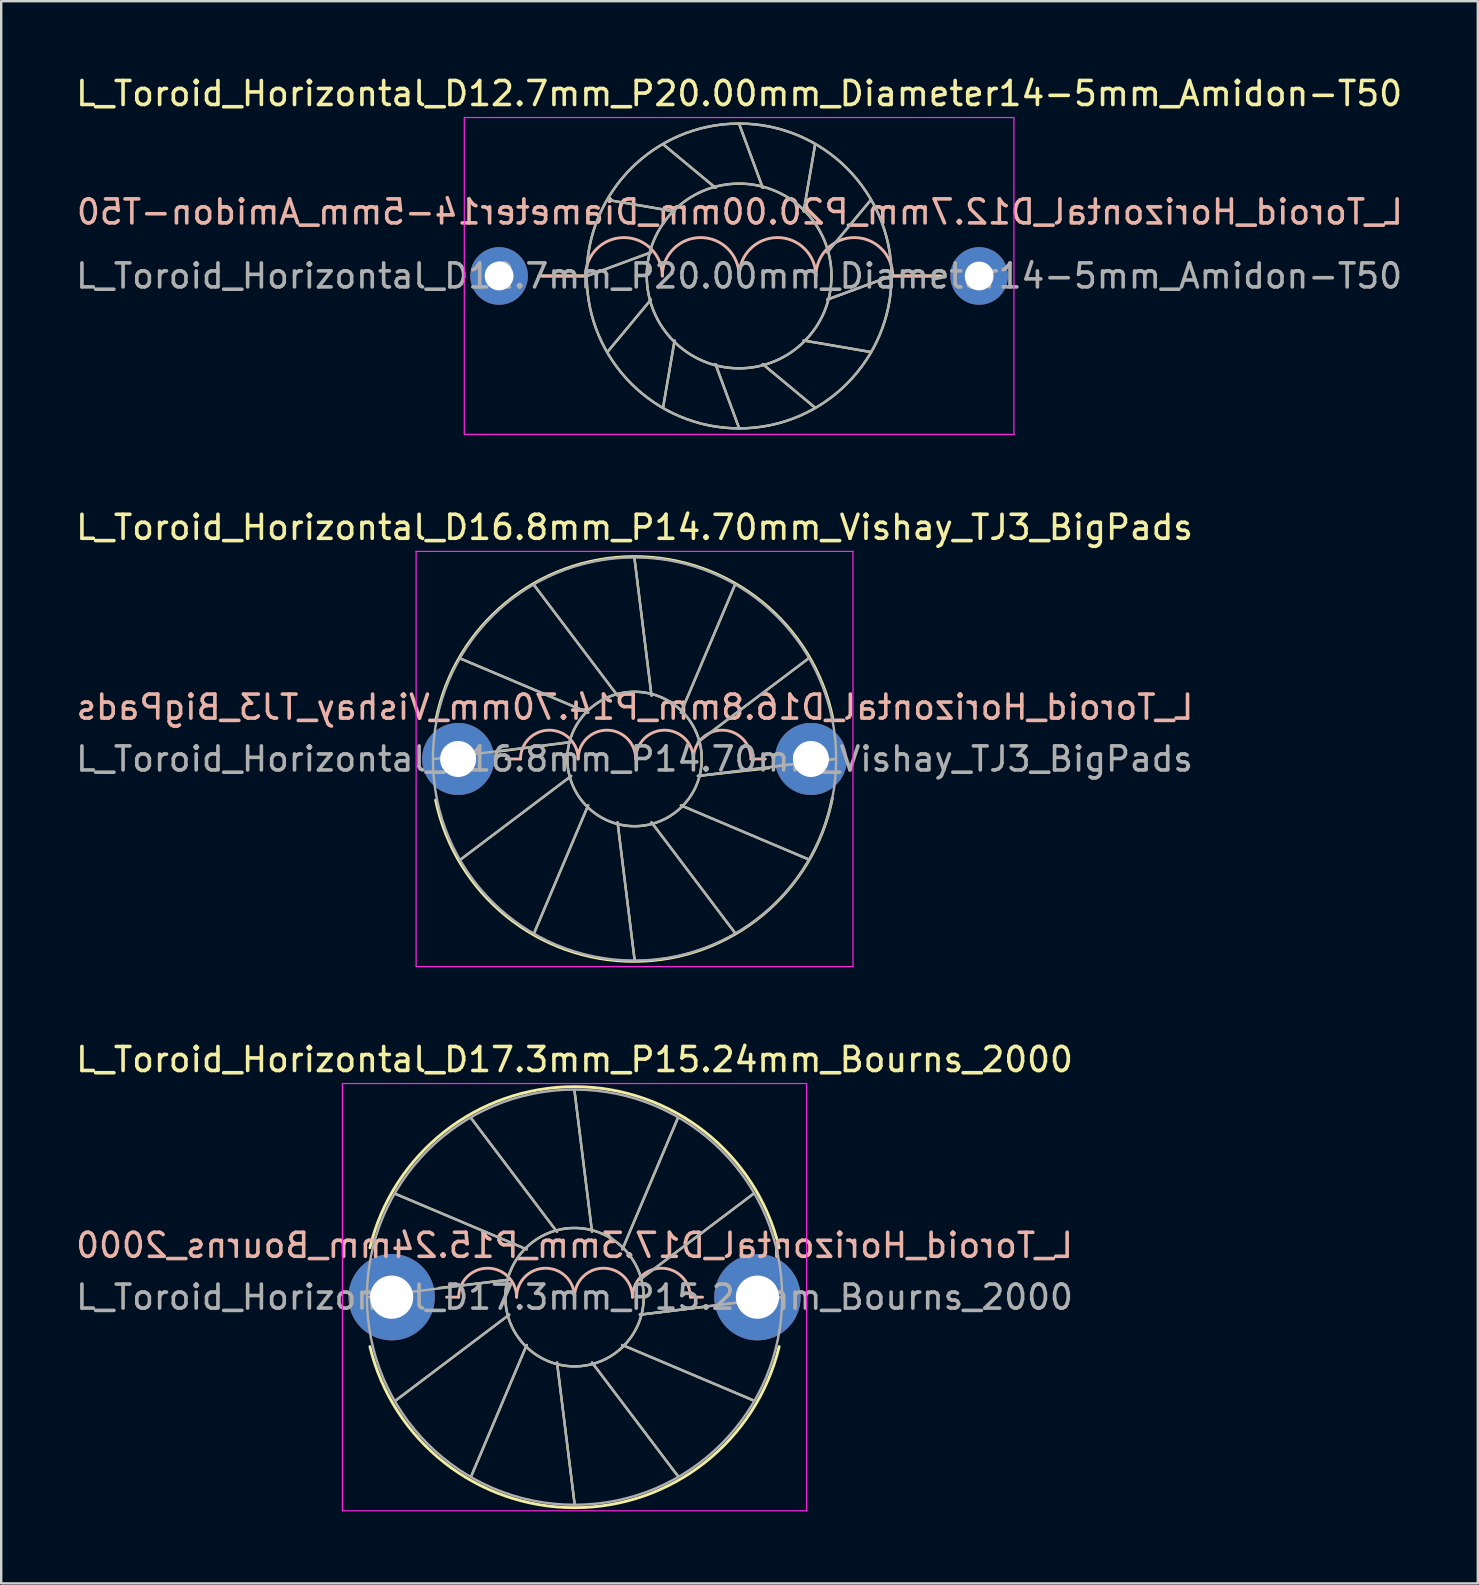
<source format=kicad_pcb>
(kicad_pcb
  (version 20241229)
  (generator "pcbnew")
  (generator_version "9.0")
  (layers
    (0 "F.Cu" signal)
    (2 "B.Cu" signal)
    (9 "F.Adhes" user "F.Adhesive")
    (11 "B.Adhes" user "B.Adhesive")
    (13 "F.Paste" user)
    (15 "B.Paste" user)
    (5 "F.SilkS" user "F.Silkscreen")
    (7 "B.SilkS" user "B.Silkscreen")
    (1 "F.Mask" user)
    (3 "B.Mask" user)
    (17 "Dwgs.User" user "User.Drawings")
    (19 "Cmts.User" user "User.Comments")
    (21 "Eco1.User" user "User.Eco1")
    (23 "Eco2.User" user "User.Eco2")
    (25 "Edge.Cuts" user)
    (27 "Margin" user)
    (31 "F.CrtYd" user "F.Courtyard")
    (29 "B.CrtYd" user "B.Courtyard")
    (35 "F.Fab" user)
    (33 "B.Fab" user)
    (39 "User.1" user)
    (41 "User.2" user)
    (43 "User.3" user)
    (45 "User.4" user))
  (footprint "L_Toroid_Horizontal_D16.8mm_P14.70mm_Vishay_TJ3_BigPads"
    (layer "F.Cu")
    (at 16.037 28.572)
    (property "Reference" "L_Toroid_Horizontal_D16.8mm_P14.70mm_Vishay_TJ3_BigPads" (at 7.35 -9.65 0) (layer "F.SilkS") (effects (font (size 1 1) (thickness 0.15))))
    (fp_line (start 0.119 -4.174) (end 5.417 -1.933) (stroke (width 0.1) (type solid)) (layer "F.SilkS"))
    (fp_line (start 0.119 4.175) (end 4.71 0.708) (stroke (width 0.1) (type solid)) (layer "F.SilkS"))
    (fp_line (start 1.714 -0.318) (end 4.709 -0.707) (stroke (width 0.1) (type solid)) (layer "F.SilkS"))
    (fp_line (start 3.174 -7.23) (end 6.642 -2.64) (stroke (width 0.1) (type solid)) (layer "F.SilkS"))
    (fp_line (start 3.176 7.231) (end 5.417 1.933) (stroke (width 0.1) (type solid)) (layer "F.SilkS"))
    (fp_line (start 7.349 -8.35) (end 8.057 -2.641) (stroke (width 0.1) (type solid)) (layer "F.SilkS"))
    (fp_line (start 7.35 8.35) (end 6.643 2.64) (stroke (width 0.1) (type solid)) (layer "F.SilkS"))
    (fp_line (start 11.524 -7.232) (end 9.283 -1.933) (stroke (width 0.1) (type solid)) (layer "F.SilkS"))
    (fp_line (start 11.525 7.231) (end 8.058 2.64) (stroke (width 0.1) (type solid)) (layer "F.SilkS"))
    (fp_line (start 12.954 0.381) (end 9.99 0.707) (stroke (width 0.1) (type solid)) (layer "F.SilkS"))
    (fp_line (start 14.58 -4.176) (end 9.99 -0.708) (stroke (width 0.1) (type solid)) (layer "F.SilkS"))
    (fp_line (start 14.581 4.175) (end 9.283 1.933) (stroke (width 0.1) (type solid)) (layer "F.SilkS"))
    (fp_arc (start -0.922048 -1.630258) (mid 7.307026 -8.431054) (end 15.604999 -1.714499) (stroke (width 0.12) (type solid)) (layer "F.SilkS"))
    (fp_arc (start 15.590548 1.630258) (mid 7.361474 8.431054) (end -0.936499 1.714499) (stroke (width 0.12) (type solid)) (layer "F.SilkS"))
    (fp_circle (center 7.35 0) (end 10.15 0) (stroke (width 0.1) (type solid)) (fill no) (layer "F.SilkS"))
    (fp_line (start 2 0) (end 2.6 0) (stroke (width 0.12) (type solid)) (layer "B.SilkS"))
    (fp_line (start 12.8 0) (end 12.2 0) (stroke (width 0.12) (type solid)) (layer "B.SilkS"))
    (fp_arc (start 2.6 0) (mid 3.8 -1.2) (end 5 0) (stroke (width 0.12) (type solid)) (layer "B.SilkS"))
    (fp_arc (start 5 0) (mid 6.2 -1.2) (end 7.4 0) (stroke (width 0.12) (type solid)) (layer "B.SilkS"))
    (fp_arc (start 7.4 0) (mid 8.6 -1.2) (end 9.8 0) (stroke (width 0.12) (type solid)) (layer "B.SilkS"))
    (fp_arc (start 9.8 0) (mid 11 -1.2) (end 12.2 0) (stroke (width 0.12) (type solid)) (layer "B.SilkS"))
    (fp_line (start -1.75 -8.65) (end -1.75 8.65) (stroke (width 0.05) (type solid)) (layer "F.CrtYd"))
    (fp_line (start -1.75 8.65) (end 16.45 8.65) (stroke (width 0.05) (type solid)) (layer "F.CrtYd"))
    (fp_line (start 16.45 -8.65) (end -1.75 -8.65) (stroke (width 0.05) (type solid)) (layer "F.CrtYd"))
    (fp_line (start 16.45 8.65) (end 16.45 -8.65) (stroke (width 0.05) (type solid)) (layer "F.CrtYd"))
    (fp_line (start -1 0.001) (end 4.709 -0.707) (stroke (width 0.1) (type solid)) (layer "F.Fab"))
    (fp_line (start 0.119 -4.174) (end 5.417 -1.933) (stroke (width 0.1) (type solid)) (layer "F.Fab"))
    (fp_line (start 0.119 4.175) (end 4.71 0.708) (stroke (width 0.1) (type solid)) (layer "F.Fab"))
    (fp_line (start 3.174 -7.23) (end 6.642 -2.64) (stroke (width 0.1) (type solid)) (layer "F.Fab"))
    (fp_line (start 3.176 7.231) (end 5.417 1.933) (stroke (width 0.1) (type solid)) (layer "F.Fab"))
    (fp_line (start 7.349 -8.35) (end 8.057 -2.641) (stroke (width 0.1) (type solid)) (layer "F.Fab"))
    (fp_line (start 7.35 8.35) (end 6.643 2.64) (stroke (width 0.1) (type solid)) (layer "F.Fab"))
    (fp_line (start 11.524 -7.232) (end 9.283 -1.933) (stroke (width 0.1) (type solid)) (layer "F.Fab"))
    (fp_line (start 11.525 7.231) (end 8.058 2.64) (stroke (width 0.1) (type solid)) (layer "F.Fab"))
    (fp_line (start 14.58 -4.176) (end 9.99 -0.708) (stroke (width 0.1) (type solid)) (layer "F.Fab"))
    (fp_line (start 14.581 4.175) (end 9.283 1.933) (stroke (width 0.1) (type solid)) (layer "F.Fab"))
    (fp_line (start 15.7 -0.002) (end 9.991 0.707) (stroke (width 0.1) (type solid)) (layer "F.Fab"))
    (fp_line (start 15.7 0) (end 9.99 0.707) (stroke (width 0.1) (type solid)) (layer "F.Fab"))
    (fp_circle (center 7.35 0) (end 10.15 0) (stroke (width 0.1) (type solid)) (fill no) (layer "F.Fab"))
    (fp_circle (center 7.35 0) (end 15.75 0) (stroke (width 0.1) (type solid)) (fill no) (layer "F.Fab"))
    (fp_text user "${REFERENCE}" (at 7.366 -2.159 0) (layer "B.SilkS") (effects (font (size 1 1) (thickness 0.15)) (justify mirror)))
    (fp_text user "${REFERENCE}" (at 7.35 0 0) (layer "F.Fab") (effects (font (size 1 1) (thickness 0.15))))
    (pad "1" thru_hole circle (at 0 0) (size 3 3) (drill 1.5) (layers "*.Cu" "*.Mask"))
    (pad "2" thru_hole circle (at 14.7 0) (size 3 3) (drill 1.5) (layers "*.Cu" "*.Mask")))
  (footprint "L_Toroid_Horizontal_D12.7mm_P20.00mm_Diameter14-5mm_Amidon-T50"
    (layer "F.Cu")
    (at 17.744 8.448)
    (property "Reference" "L_Toroid_Horizontal_D12.7mm_P20.00mm_Diameter14-5mm_Amidon-T50" (at 10 -7.6 0) (layer "F.SilkS") (effects (font (size 1 1) (thickness 0.15))))
    (fp_line (start 3.65 0) (end 1.651 0) (stroke (width 0.12) (type solid)) (layer "F.SilkS"))
    (fp_line (start 3.659 0.001) (end 6.327 -0.984) (stroke (width 0.1) (type solid)) (layer "F.SilkS"))
    (fp_line (start 4.509 -3.17) (end 7.311 -2.689) (stroke (width 0.1) (type solid)) (layer "F.SilkS"))
    (fp_line (start 4.509 3.171) (end 6.327 0.985) (stroke (width 0.1) (type solid)) (layer "F.SilkS"))
    (fp_line (start 6.829 -5.491) (end 9.015 -3.673) (stroke (width 0.1) (type solid)) (layer "F.SilkS"))
    (fp_line (start 6.83 5.491) (end 7.311 2.689) (stroke (width 0.1) (type solid)) (layer "F.SilkS"))
    (fp_line (start 9.999 -6.341) (end 10.984 -3.673) (stroke (width 0.1) (type solid)) (layer "F.SilkS"))
    (fp_line (start 10 6.341) (end 9.016 3.673) (stroke (width 0.1) (type solid)) (layer "F.SilkS"))
    (fp_line (start 13.169 -5.492) (end 12.688 -2.689) (stroke (width 0.1) (type solid)) (layer "F.SilkS"))
    (fp_line (start 13.17 5.491) (end 10.984 3.673) (stroke (width 0.1) (type solid)) (layer "F.SilkS"))
    (fp_line (start 15.491 -3.171) (end 13.673 -0.985) (stroke (width 0.1) (type solid)) (layer "F.SilkS"))
    (fp_line (start 15.491 3.17) (end 12.689 2.689) (stroke (width 0.1) (type solid)) (layer "F.SilkS"))
    (fp_line (start 16.341 0) (end 13.673 0.984) (stroke (width 0.1) (type solid)) (layer "F.SilkS"))
    (fp_line (start 16.35 0) (end 18.415 0) (stroke (width 0.12) (type solid)) (layer "F.SilkS"))
    (fp_circle (center 10 0) (end 13.848 0) (stroke (width 0.1) (type solid)) (fill no) (layer "F.SilkS"))
    (fp_circle (center 10 0) (end 16.35 0) (stroke (width 0.1) (type solid)) (fill no) (layer "F.SilkS"))
    (fp_line (start 1.8 0) (end 3.6 0) (stroke (width 0.12) (type solid)) (layer "B.SilkS"))
    (fp_line (start 18.2 0) (end 16.4 0) (stroke (width 0.12) (type solid)) (layer "B.SilkS"))
    (fp_arc (start 3.6 0) (mid 5.2 -1.6) (end 6.8 0) (stroke (width 0.12) (type solid)) (layer "B.SilkS"))
    (fp_arc (start 6.8 0) (mid 8.4 -1.6) (end 10 0) (stroke (width 0.12) (type solid)) (layer "B.SilkS"))
    (fp_arc (start 10 0) (mid 11.6 -1.6) (end 13.2 0) (stroke (width 0.12) (type solid)) (layer "B.SilkS"))
    (fp_arc (start 13.2 0) (mid 14.8 -1.6) (end 16.4 0) (stroke (width 0.12) (type solid)) (layer "B.SilkS"))
    (fp_line (start -1.45 -6.6) (end -1.45 6.6) (stroke (width 0.05) (type solid)) (layer "F.CrtYd"))
    (fp_line (start -1.45 6.6) (end 21.45 6.6) (stroke (width 0.05) (type solid)) (layer "F.CrtYd"))
    (fp_line (start 21.45 -6.6) (end -1.45 -6.6) (stroke (width 0.05) (type solid)) (layer "F.CrtYd"))
    (fp_line (start 21.45 6.6) (end 21.45 -6.6) (stroke (width 0.05) (type solid)) (layer "F.CrtYd"))
    (fp_line (start 3.659 0.001) (end 6.327 -0.984) (stroke (width 0.1) (type solid)) (layer "F.Fab"))
    (fp_line (start 4.509 -3.17) (end 7.311 -2.689) (stroke (width 0.1) (type solid)) (layer "F.Fab"))
    (fp_line (start 4.509 3.171) (end 6.327 0.985) (stroke (width 0.1) (type solid)) (layer "F.Fab"))
    (fp_line (start 6.829 -5.491) (end 9.015 -3.673) (stroke (width 0.1) (type solid)) (layer "F.Fab"))
    (fp_line (start 6.83 5.491) (end 7.311 2.689) (stroke (width 0.1) (type solid)) (layer "F.Fab"))
    (fp_line (start 9.999 -6.341) (end 10.984 -3.673) (stroke (width 0.1) (type solid)) (layer "F.Fab"))
    (fp_line (start 10 6.341) (end 9.016 3.673) (stroke (width 0.1) (type solid)) (layer "F.Fab"))
    (fp_line (start 13.169 -5.492) (end 12.688 -2.689) (stroke (width 0.1) (type solid)) (layer "F.Fab"))
    (fp_line (start 13.17 5.491) (end 10.984 3.673) (stroke (width 0.1) (type solid)) (layer "F.Fab"))
    (fp_line (start 15.491 -3.171) (end 13.673 -0.985) (stroke (width 0.1) (type solid)) (layer "F.Fab"))
    (fp_line (start 15.491 3.17) (end 12.689 2.689) (stroke (width 0.1) (type solid)) (layer "F.Fab"))
    (fp_line (start 16.341 -0.001) (end 13.673 0.983) (stroke (width 0.1) (type solid)) (layer "F.Fab"))
    (fp_line (start 16.341 0) (end 13.673 0.984) (stroke (width 0.1) (type solid)) (layer "F.Fab"))
    (fp_circle (center 10 0) (end 13.848 0) (stroke (width 0.1) (type solid)) (fill no) (layer "F.Fab"))
    (fp_circle (center 10 0) (end 16.35 0) (stroke (width 0.1) (type solid)) (fill no) (layer "F.Fab"))
    (fp_text user "${REFERENCE}" (at 10.033 -2.667 0) (layer "B.SilkS") (effects (font (size 1 1) (thickness 0.15)) (justify mirror)))
    (fp_text user "${REFERENCE}" (at 10 0 0) (layer "F.Fab") (effects (font (size 1 1) (thickness 0.15))))
    (pad "1" thru_hole circle (at 0 0) (size 2.4 2.4) (drill 1.2) (layers "*.Cu" "*.Mask"))
    (pad "2" thru_hole circle (at 20 0) (size 2.4 2.4) (drill 1.2) (layers "*.Cu" "*.Mask")))
  (footprint "L_Toroid_Horizontal_D17.3mm_P15.24mm_Bourns_2000"
    (layer "F.Cu")
    (at 13.267 50.995)
    (property "Reference" "L_Toroid_Horizontal_D17.3mm_P15.24mm_Bourns_2000" (at 7.62 -9.9 0) (layer "F.SilkS") (effects (font (size 1 1) (thickness 0.15))))
    (fp_line (start 0.176 -4.296) (end 5.627 -1.993) (stroke (width 0.1) (type solid)) (layer "F.SilkS"))
    (fp_line (start 0.177 4.298) (end 4.898 0.73) (stroke (width 0.1) (type solid)) (layer "F.SilkS"))
    (fp_line (start 1.968 -0.381) (end 4.897 -0.729) (stroke (width 0.1) (type solid)) (layer "F.SilkS"))
    (fp_line (start 3.322 -7.443) (end 6.89 -2.722) (stroke (width 0.1) (type solid)) (layer "F.SilkS"))
    (fp_line (start 3.323 7.443) (end 5.627 1.993) (stroke (width 0.1) (type solid)) (layer "F.SilkS"))
    (fp_line (start 7.619 -8.595) (end 8.349 -2.723) (stroke (width 0.1) (type solid)) (layer "F.SilkS"))
    (fp_line (start 7.62 8.595) (end 6.891 2.723) (stroke (width 0.1) (type solid)) (layer "F.SilkS"))
    (fp_line (start 11.916 -7.444) (end 9.613 -1.993) (stroke (width 0.1) (type solid)) (layer "F.SilkS"))
    (fp_line (start 11.918 7.443) (end 8.35 2.723) (stroke (width 0.1) (type solid)) (layer "F.SilkS"))
    (fp_line (start 13.208 0.381) (end 10.343 0.729) (stroke (width 0.1) (type solid)) (layer "F.SilkS"))
    (fp_line (start 15.062 -4.299) (end 10.342 -0.73) (stroke (width 0.1) (type solid)) (layer "F.SilkS"))
    (fp_line (start 15.063 4.297) (end 9.613 1.993) (stroke (width 0.1) (type solid)) (layer "F.SilkS"))
    (fp_arc (start -0.904629 -2.06) (mid 7.62 -8.77) (end 16.144629 -2.06) (stroke (width 0.12) (type solid)) (layer "F.SilkS"))
    (fp_arc (start 16.144629 2.06) (mid 7.62 8.77) (end -0.904629 2.06) (stroke (width 0.12) (type solid)) (layer "F.SilkS"))
    (fp_circle (center 7.62 0) (end 10.503 0) (stroke (width 0.1) (type solid)) (fill no) (layer "F.SilkS"))
    (fp_line (start 2.286 0) (end 2.794 0) (stroke (width 0.12) (type solid)) (layer "B.SilkS"))
    (fp_line (start 12.954 0) (end 12.446 0) (stroke (width 0.12) (type solid)) (layer "B.SilkS"))
    (fp_arc (start 2.794 0) (mid 4.0005 -1.2065) (end 5.207 0) (stroke (width 0.12) (type solid)) (layer "B.SilkS"))
    (fp_arc (start 5.207 0) (mid 6.4135 -1.2065) (end 7.62 0) (stroke (width 0.12) (type solid)) (layer "B.SilkS"))
    (fp_arc (start 7.62 0) (mid 8.8265 -1.2065) (end 10.033 0) (stroke (width 0.12) (type solid)) (layer "B.SilkS"))
    (fp_arc (start 10.033 0) (mid 11.2395 -1.2065) (end 12.446 0) (stroke (width 0.12) (type solid)) (layer "B.SilkS"))
    (fp_line (start -2.05 -8.9) (end -2.05 8.9) (stroke (width 0.05) (type solid)) (layer "F.CrtYd"))
    (fp_line (start -2.05 8.9) (end 17.29 8.9) (stroke (width 0.05) (type solid)) (layer "F.CrtYd"))
    (fp_line (start 17.29 -8.9) (end -2.05 -8.9) (stroke (width 0.05) (type solid)) (layer "F.CrtYd"))
    (fp_line (start 17.29 8.9) (end 17.29 -8.9) (stroke (width 0.05) (type solid)) (layer "F.CrtYd"))
    (fp_line (start -0.975 0.001) (end 4.897 -0.729) (stroke (width 0.1) (type solid)) (layer "F.Fab"))
    (fp_line (start 0.176 -4.296) (end 5.627 -1.993) (stroke (width 0.1) (type solid)) (layer "F.Fab"))
    (fp_line (start 0.177 4.298) (end 4.898 0.73) (stroke (width 0.1) (type solid)) (layer "F.Fab"))
    (fp_line (start 3.322 -7.443) (end 6.89 -2.722) (stroke (width 0.1) (type solid)) (layer "F.Fab"))
    (fp_line (start 3.323 7.443) (end 5.627 1.993) (stroke (width 0.1) (type solid)) (layer "F.Fab"))
    (fp_line (start 7.619 -8.595) (end 8.349 -2.723) (stroke (width 0.1) (type solid)) (layer "F.Fab"))
    (fp_line (start 7.62 8.595) (end 6.891 2.723) (stroke (width 0.1) (type solid)) (layer "F.Fab"))
    (fp_line (start 11.916 -7.444) (end 9.613 -1.993) (stroke (width 0.1) (type solid)) (layer "F.Fab"))
    (fp_line (start 11.918 7.443) (end 8.35 2.723) (stroke (width 0.1) (type solid)) (layer "F.Fab"))
    (fp_line (start 15.062 -4.299) (end 10.342 -0.73) (stroke (width 0.1) (type solid)) (layer "F.Fab"))
    (fp_line (start 15.063 4.297) (end 9.613 1.993) (stroke (width 0.1) (type solid)) (layer "F.Fab"))
    (fp_line (start 16.215 -0.002) (end 10.343 0.729) (stroke (width 0.1) (type solid)) (layer "F.Fab"))
    (fp_line (start 16.215 0) (end 10.343 0.729) (stroke (width 0.1) (type solid)) (layer "F.Fab"))
    (fp_circle (center 7.62 0) (end 10.503 0) (stroke (width 0.1) (type solid)) (fill no) (layer "F.Fab"))
    (fp_circle (center 7.62 0) (end 16.27 0) (stroke (width 0.1) (type solid)) (fill no) (layer "F.Fab"))
    (fp_text user "${REFERENCE}" (at 7.62 -2.159 0) (layer "B.SilkS") (effects (font (size 1 1) (thickness 0.15)) (justify mirror)))
    (fp_text user "${REFERENCE}" (at 7.62 0 0) (layer "F.Fab") (effects (font (size 1 1) (thickness 0.15))))
    (pad "1" thru_hole circle (at 0 0) (size 3.6 3.6) (drill 1.8) (layers "*.Cu" "*.Mask"))
    (pad "2" thru_hole circle (at 15.24 0) (size 3.6 3.6) (drill 1.8) (layers "*.Cu" "*.Mask")))
  (gr_rect
    (start -3 -3)
    (end 58.521 62.92)
    (stroke (width 0.1) (type default))
    (fill no)
    (layer "Edge.Cuts")))
</source>
